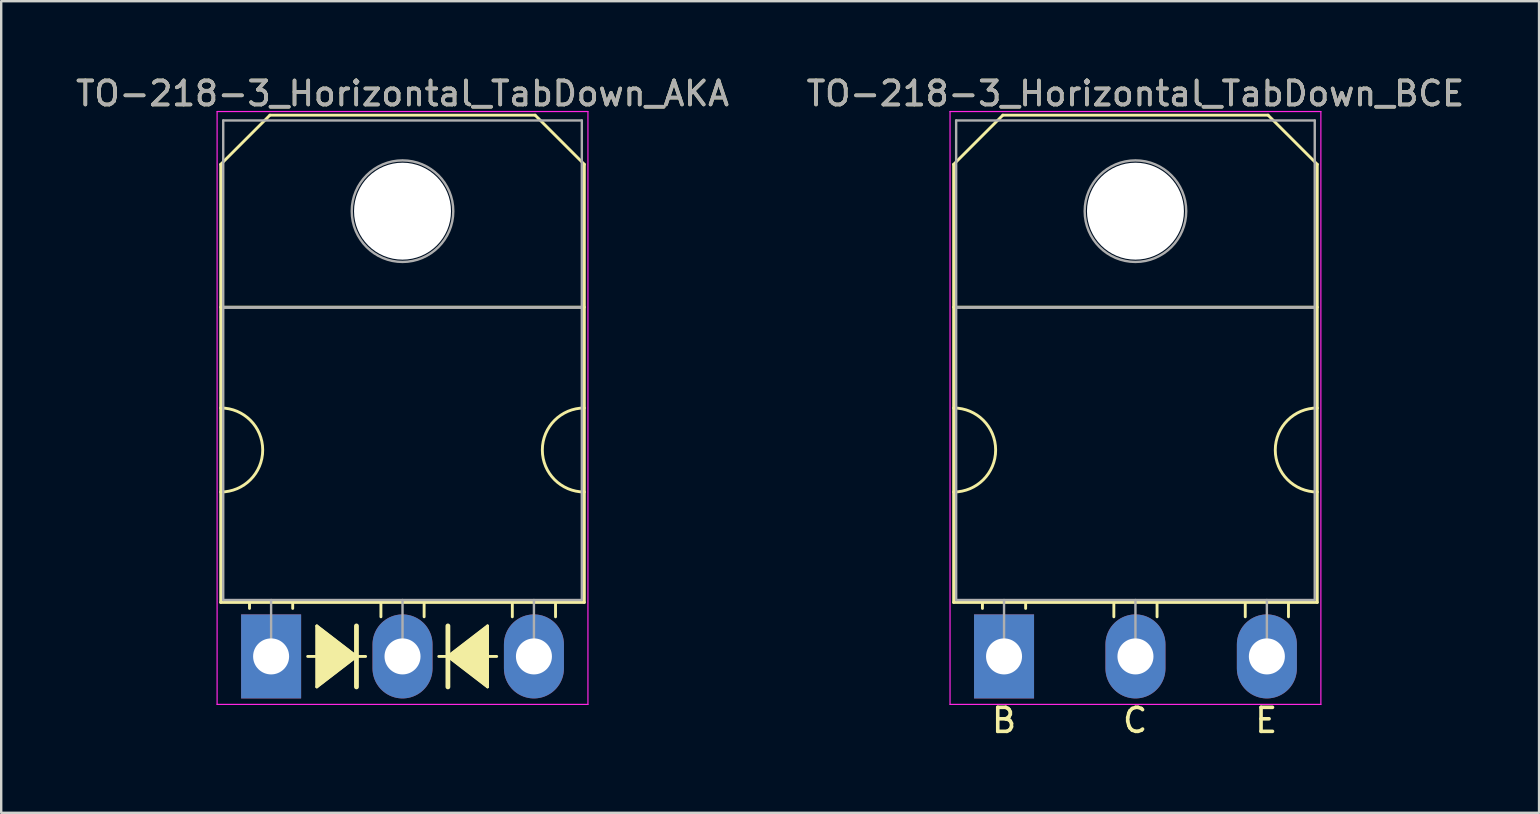
<source format=kicad_pcb>
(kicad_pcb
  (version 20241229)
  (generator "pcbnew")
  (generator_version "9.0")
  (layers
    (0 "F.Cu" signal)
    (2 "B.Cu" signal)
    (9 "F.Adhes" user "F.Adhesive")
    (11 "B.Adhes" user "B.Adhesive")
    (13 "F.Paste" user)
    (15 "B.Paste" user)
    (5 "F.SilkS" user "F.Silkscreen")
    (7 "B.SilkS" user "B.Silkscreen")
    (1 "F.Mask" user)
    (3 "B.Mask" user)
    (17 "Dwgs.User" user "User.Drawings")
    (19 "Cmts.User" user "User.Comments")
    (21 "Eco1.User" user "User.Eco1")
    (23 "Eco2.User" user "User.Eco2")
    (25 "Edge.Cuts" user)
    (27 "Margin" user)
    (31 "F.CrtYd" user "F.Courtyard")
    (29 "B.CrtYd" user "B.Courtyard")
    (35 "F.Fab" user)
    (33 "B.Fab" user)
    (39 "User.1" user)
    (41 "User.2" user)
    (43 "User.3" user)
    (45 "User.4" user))
  (footprint "TO-218-3_Horizontal_TabDown_AKA"
    (layer "F.Cu")
    (at 8.245 24.298)
    (property "Reference" "TO-218-3_Horizontal_TabDown_AKA" (at 5.475 -23.45 0) (layer "F.SilkS") (effects (font (size 1 1) (thickness 0.15))))
    (fp_line (start -2.1 -20.5) (end -0.05 -22.55) (stroke (width 0.12) (type solid)) (layer "F.SilkS"))
    (fp_line (start -2.1 -14.55) (end 13.05 -14.55) (stroke (width 0.12) (type solid)) (layer "F.SilkS"))
    (fp_line (start -2.1 -2.25) (end -2.1 -20.5) (stroke (width 0.12) (type solid)) (layer "F.SilkS"))
    (fp_line (start -0.9 -2.2) (end -0.9 -2) (stroke (width 0.12) (type solid)) (layer "F.SilkS"))
    (fp_line (start -0.05 -22.55) (end 11 -22.55) (stroke (width 0.12) (type solid)) (layer "F.SilkS"))
    (fp_line (start 0.9 -2.2) (end 0.9 -2) (stroke (width 0.12) (type solid)) (layer "F.SilkS"))
    (fp_line (start 1.524 0) (end 1.905 0) (stroke (width 0.12) (type solid)) (layer "F.SilkS"))
    (fp_line (start 1.905 -1.27) (end 1.905 1.27) (stroke (width 0.12) (type solid)) (layer "F.SilkS"))
    (fp_line (start 1.905 1.27) (end 3.556 0) (stroke (width 0.12) (type solid)) (layer "F.SilkS"))
    (fp_line (start 3.556 0) (end 1.905 -1.27) (stroke (width 0.12) (type solid)) (layer "F.SilkS"))
    (fp_line (start 3.556 0) (end 3.556 -1.27) (stroke (width 0.2) (type solid)) (layer "F.SilkS"))
    (fp_line (start 3.556 1.27) (end 3.556 0) (stroke (width 0.2) (type solid)) (layer "F.SilkS"))
    (fp_line (start 3.937 0) (end 3.556 0) (stroke (width 0.12) (type solid)) (layer "F.SilkS"))
    (fp_line (start 4.575 -2.2) (end 4.575 -1.65) (stroke (width 0.12) (type solid)) (layer "F.SilkS"))
    (fp_line (start 6.375 -2.2) (end 6.375 -1.65) (stroke (width 0.12) (type solid)) (layer "F.SilkS"))
    (fp_line (start 6.985 0) (end 7.366 0) (stroke (width 0.12) (type solid)) (layer "F.SilkS"))
    (fp_line (start 7.366 -1.27) (end 7.366 0) (stroke (width 0.2) (type solid)) (layer "F.SilkS"))
    (fp_line (start 7.366 0) (end 7.366 1.27) (stroke (width 0.2) (type solid)) (layer "F.SilkS"))
    (fp_line (start 7.366 0) (end 9.017 1.27) (stroke (width 0.12) (type solid)) (layer "F.SilkS"))
    (fp_line (start 9.017 -1.27) (end 7.366 0) (stroke (width 0.12) (type solid)) (layer "F.SilkS"))
    (fp_line (start 9.017 1.27) (end 9.017 -1.27) (stroke (width 0.12) (type solid)) (layer "F.SilkS"))
    (fp_line (start 9.398 0) (end 9.017 0) (stroke (width 0.12) (type solid)) (layer "F.SilkS"))
    (fp_line (start 10.05 -2.2) (end 10.05 -1.65) (stroke (width 0.12) (type solid)) (layer "F.SilkS"))
    (fp_line (start 11.85 -2.2) (end 11.85 -1.65) (stroke (width 0.12) (type solid)) (layer "F.SilkS"))
    (fp_line (start 13.05 -20.5) (end 11 -22.55) (stroke (width 0.12) (type solid)) (layer "F.SilkS"))
    (fp_line (start 13.05 -20.5) (end 13.05 -2.25) (stroke (width 0.12) (type solid)) (layer "F.SilkS"))
    (fp_line (start 13.05 -2.25) (end -2.1 -2.25) (stroke (width 0.12) (type solid)) (layer "F.SilkS"))
    (fp_arc (start -2.1 -10.35) (mid -0.35 -8.6) (end -2.1 -6.85) (stroke (width 0.12) (type solid)) (layer "F.SilkS"))
    (fp_arc (start 13.05 -6.85) (mid 11.3 -8.6) (end 13.05 -10.35) (stroke (width 0.12) (type solid)) (layer "F.SilkS"))
    (fp_poly (pts (xy 3.556 0) (xy 1.905 1.27) (xy 1.905 -1.27)) (stroke (width 0.1) (type solid)) (fill yes) (layer "F.SilkS"))
    (fp_poly (pts (xy 9.017 1.27) (xy 7.366 0) (xy 9.017 -1.27)) (stroke (width 0.1) (type solid)) (fill yes) (layer "F.SilkS"))
    (fp_line (start -2.25 -22.7) (end -2.25 2) (stroke (width 0.05) (type solid)) (layer "F.CrtYd"))
    (fp_line (start -2.25 2) (end 13.2 2) (stroke (width 0.05) (type solid)) (layer "F.CrtYd"))
    (fp_line (start 13.2 -22.7) (end -2.25 -22.7) (stroke (width 0.05) (type solid)) (layer "F.CrtYd"))
    (fp_line (start 13.2 2) (end 13.2 -22.7) (stroke (width 0.05) (type solid)) (layer "F.CrtYd"))
    (fp_line (start -1.995 -22.33) (end 12.945 -22.33) (stroke (width 0.1) (type solid)) (layer "F.Fab"))
    (fp_line (start -1.995 -14.54) (end -1.995 -22.33) (stroke (width 0.1) (type solid)) (layer "F.Fab"))
    (fp_line (start -1.995 -14.54) (end 12.945 -14.54) (stroke (width 0.1) (type solid)) (layer "F.Fab"))
    (fp_line (start -1.995 -2.35) (end -1.995 -14.54) (stroke (width 0.1) (type solid)) (layer "F.Fab"))
    (fp_line (start 0 -2.35) (end 0 0) (stroke (width 0.1) (type solid)) (layer "F.Fab"))
    (fp_line (start 5.475 -2.35) (end 5.475 0) (stroke (width 0.1) (type solid)) (layer "F.Fab"))
    (fp_line (start 10.95 -2.35) (end 10.95 0) (stroke (width 0.1) (type solid)) (layer "F.Fab"))
    (fp_line (start 12.945 -22.33) (end 12.945 -14.54) (stroke (width 0.1) (type solid)) (layer "F.Fab"))
    (fp_line (start 12.945 -14.54) (end -1.995 -14.54) (stroke (width 0.1) (type solid)) (layer "F.Fab"))
    (fp_line (start 12.945 -14.54) (end 12.945 -2.35) (stroke (width 0.1) (type solid)) (layer "F.Fab"))
    (fp_line (start 12.945 -2.35) (end -1.995 -2.35) (stroke (width 0.1) (type solid)) (layer "F.Fab"))
    (fp_circle (center 5.475 -18.55) (end 7.59 -18.55) (stroke (width 0.1) (type solid)) (fill no) (layer "F.Fab"))
    (fp_text user "${REFERENCE}" (at 5.475 -23.45 0) (layer "F.Fab") (effects (font (size 1 1) (thickness 0.15))))
    (pad "" np_thru_hole oval (at 5.475 -18.55) (size 4.04 4.04) (drill 4.04) (layers "*.Cu" "*.Mask"))
    (pad "1" thru_hole rect (at 0 0) (size 2.5 3.5) (drill 1.5) (layers "*.Cu" "*.Mask"))
    (pad "2" thru_hole oval (at 5.475 0) (size 2.5 3.5) (drill 1.5) (layers "*.Cu" "*.Mask"))
    (pad "3" thru_hole oval (at 10.95 0) (size 2.5 3.5) (drill 1.5) (layers "*.Cu" "*.Mask")))
  (footprint "TO-218-3_Horizontal_TabDown_BCE"
    (layer "F.Cu")
    (at 38.781 24.298)
    (property "Reference" "TO-218-3_Horizontal_TabDown_BCE" (at 5.475 -23.45 0) (layer "F.SilkS") (effects (font (size 1 1) (thickness 0.15))))
    (fp_line (start -2.1 -20.5) (end -0.05 -22.55) (stroke (width 0.12) (type solid)) (layer "F.SilkS"))
    (fp_line (start -2.1 -14.55) (end 13.05 -14.55) (stroke (width 0.12) (type solid)) (layer "F.SilkS"))
    (fp_line (start -2.1 -2.25) (end -2.1 -20.5) (stroke (width 0.12) (type solid)) (layer "F.SilkS"))
    (fp_line (start -0.9 -2.2) (end -0.9 -2) (stroke (width 0.12) (type solid)) (layer "F.SilkS"))
    (fp_line (start -0.05 -22.55) (end 11 -22.55) (stroke (width 0.12) (type solid)) (layer "F.SilkS"))
    (fp_line (start 0.9 -2.2) (end 0.9 -2) (stroke (width 0.12) (type solid)) (layer "F.SilkS"))
    (fp_line (start 4.575 -2.2) (end 4.575 -1.65) (stroke (width 0.12) (type solid)) (layer "F.SilkS"))
    (fp_line (start 6.375 -2.2) (end 6.375 -1.65) (stroke (width 0.12) (type solid)) (layer "F.SilkS"))
    (fp_line (start 10.05 -2.2) (end 10.05 -1.65) (stroke (width 0.12) (type solid)) (layer "F.SilkS"))
    (fp_line (start 11.85 -2.2) (end 11.85 -1.65) (stroke (width 0.12) (type solid)) (layer "F.SilkS"))
    (fp_line (start 13.05 -20.5) (end 11 -22.55) (stroke (width 0.12) (type solid)) (layer "F.SilkS"))
    (fp_line (start 13.05 -20.5) (end 13.05 -2.25) (stroke (width 0.12) (type solid)) (layer "F.SilkS"))
    (fp_line (start 13.05 -2.25) (end -2.1 -2.25) (stroke (width 0.12) (type solid)) (layer "F.SilkS"))
    (fp_arc (start -2.1 -10.35) (mid -0.35 -8.6) (end -2.1 -6.85) (stroke (width 0.12) (type solid)) (layer "F.SilkS"))
    (fp_arc (start 13.05 -6.85) (mid 11.3 -8.6) (end 13.05 -10.35) (stroke (width 0.12) (type solid)) (layer "F.SilkS"))
    (fp_line (start -2.25 -22.7) (end -2.25 2) (stroke (width 0.05) (type solid)) (layer "F.CrtYd"))
    (fp_line (start -2.25 2) (end 13.2 2) (stroke (width 0.05) (type solid)) (layer "F.CrtYd"))
    (fp_line (start 13.2 -22.7) (end -2.25 -22.7) (stroke (width 0.05) (type solid)) (layer "F.CrtYd"))
    (fp_line (start 13.2 2) (end 13.2 -22.7) (stroke (width 0.05) (type solid)) (layer "F.CrtYd"))
    (fp_line (start -1.995 -22.33) (end 12.945 -22.33) (stroke (width 0.1) (type solid)) (layer "F.Fab"))
    (fp_line (start -1.995 -14.54) (end -1.995 -22.33) (stroke (width 0.1) (type solid)) (layer "F.Fab"))
    (fp_line (start -1.995 -14.54) (end 12.945 -14.54) (stroke (width 0.1) (type solid)) (layer "F.Fab"))
    (fp_line (start -1.995 -2.35) (end -1.995 -14.54) (stroke (width 0.1) (type solid)) (layer "F.Fab"))
    (fp_line (start 0 -2.35) (end 0 0) (stroke (width 0.1) (type solid)) (layer "F.Fab"))
    (fp_line (start 5.475 -2.35) (end 5.475 0) (stroke (width 0.1) (type solid)) (layer "F.Fab"))
    (fp_line (start 10.95 -2.35) (end 10.95 0) (stroke (width 0.1) (type solid)) (layer "F.Fab"))
    (fp_line (start 12.945 -22.33) (end 12.945 -14.54) (stroke (width 0.1) (type solid)) (layer "F.Fab"))
    (fp_line (start 12.945 -14.54) (end -1.995 -14.54) (stroke (width 0.1) (type solid)) (layer "F.Fab"))
    (fp_line (start 12.945 -14.54) (end 12.945 -2.35) (stroke (width 0.1) (type solid)) (layer "F.Fab"))
    (fp_line (start 12.945 -2.35) (end -1.995 -2.35) (stroke (width 0.1) (type solid)) (layer "F.Fab"))
    (fp_circle (center 5.475 -18.55) (end 7.59 -18.55) (stroke (width 0.1) (type solid)) (fill no) (layer "F.Fab"))
    (fp_text user "E" (at 10.922 2.667 0) (unlocked yes) (layer "F.SilkS") (effects (font (size 1 1) (thickness 0.15))))
    (fp_text user "B" (at 0 2.667 0) (unlocked yes) (layer "F.SilkS") (effects (font (size 1 1) (thickness 0.15))))
    (fp_text user "C" (at 5.461 2.667 0) (unlocked yes) (layer "F.SilkS") (effects (font (size 1 1) (thickness 0.15))))
    (fp_text user "${REFERENCE}" (at 5.475 -23.45 0) (layer "F.Fab") (effects (font (size 1 1) (thickness 0.15))))
    (pad "" np_thru_hole oval (at 5.475 -18.55) (size 4.04 4.04) (drill 4.04) (layers "*.Cu" "*.Mask"))
    (pad "1" thru_hole rect (at 0 0) (size 2.5 3.5) (drill 1.5) (layers "*.Cu" "*.Mask"))
    (pad "2" thru_hole oval (at 5.475 0) (size 2.5 3.5) (drill 1.5) (layers "*.Cu" "*.Mask"))
    (pad "3" thru_hole oval (at 10.95 0) (size 2.5 3.5) (drill 1.5) (layers "*.Cu" "*.Mask")))
  (gr_rect
    (start -3 -3)
    (end 61.071 30.814)
    (stroke (width 0.1) (type default))
    (fill no)
    (layer "Edge.Cuts")))
</source>
